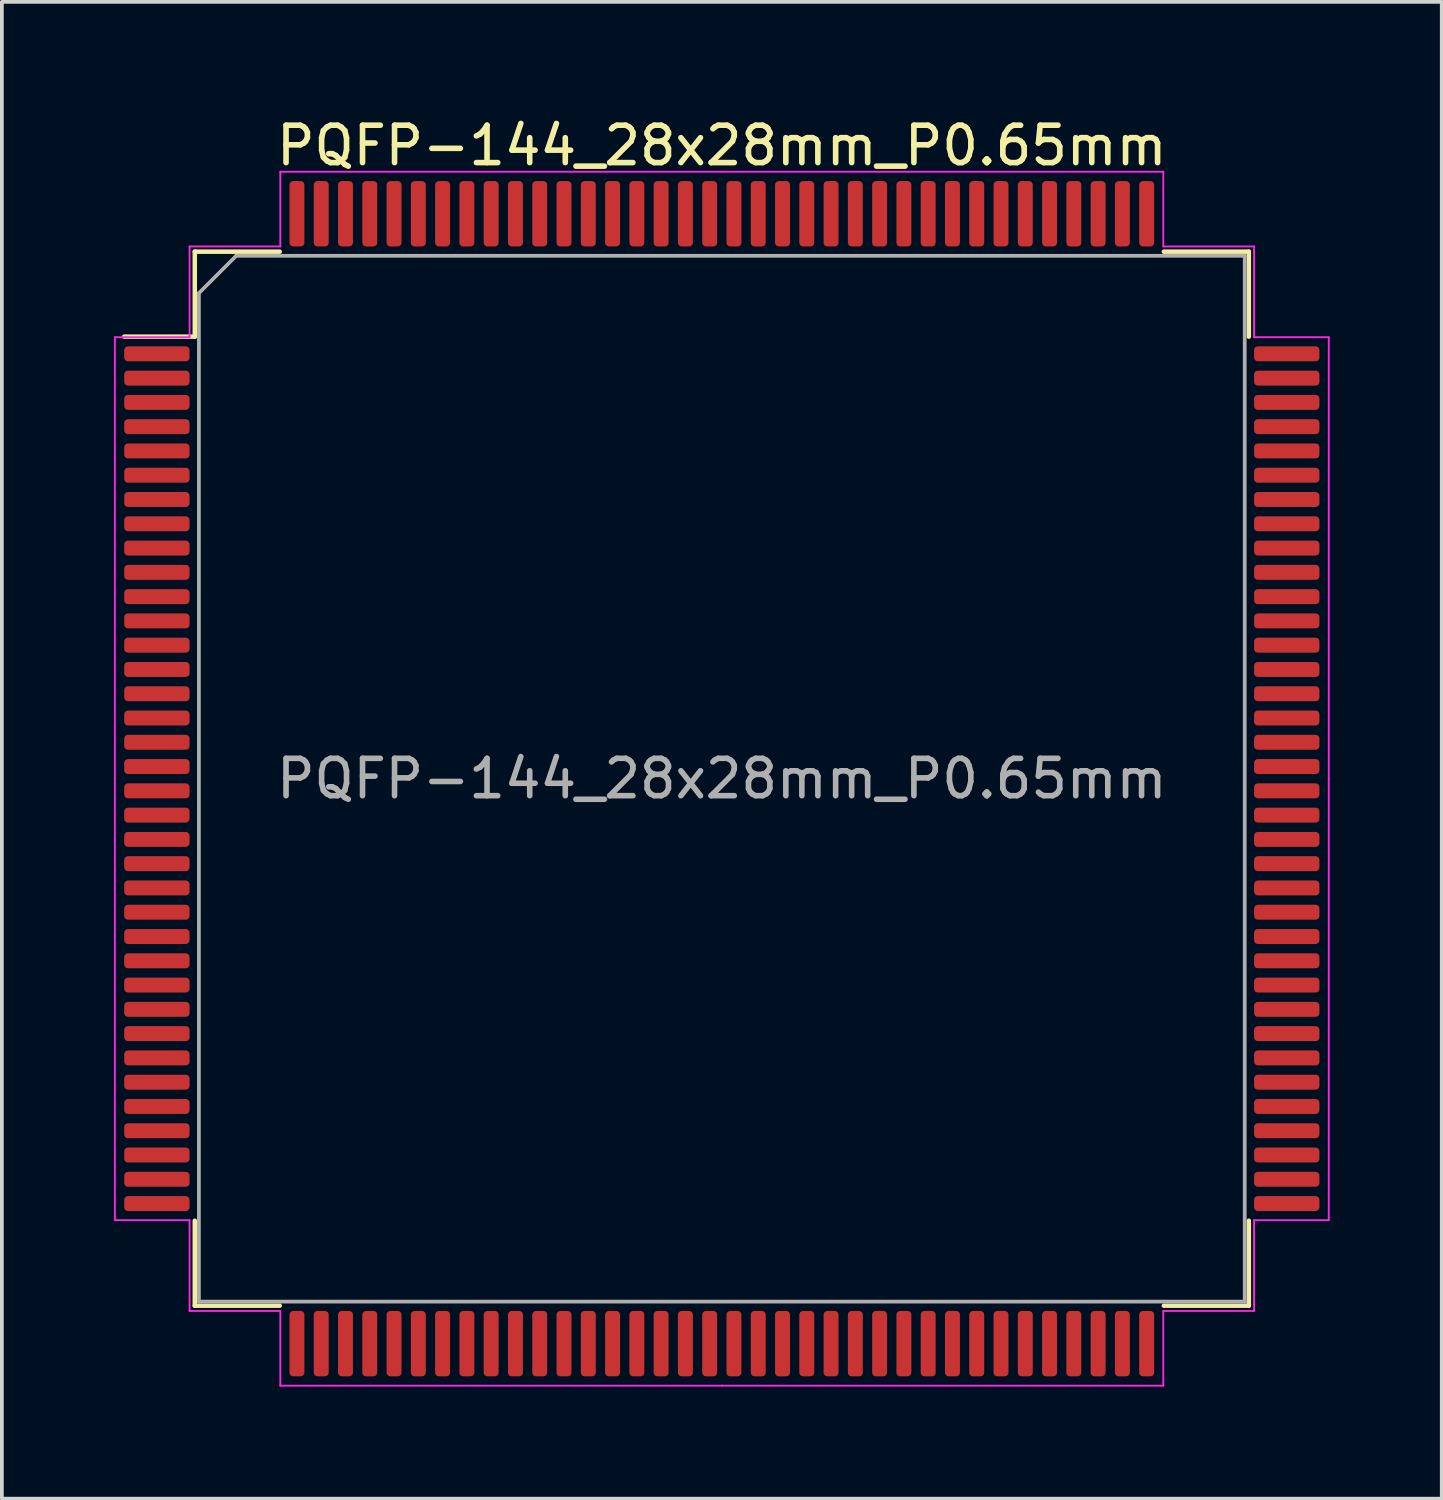
<source format=kicad_pcb>
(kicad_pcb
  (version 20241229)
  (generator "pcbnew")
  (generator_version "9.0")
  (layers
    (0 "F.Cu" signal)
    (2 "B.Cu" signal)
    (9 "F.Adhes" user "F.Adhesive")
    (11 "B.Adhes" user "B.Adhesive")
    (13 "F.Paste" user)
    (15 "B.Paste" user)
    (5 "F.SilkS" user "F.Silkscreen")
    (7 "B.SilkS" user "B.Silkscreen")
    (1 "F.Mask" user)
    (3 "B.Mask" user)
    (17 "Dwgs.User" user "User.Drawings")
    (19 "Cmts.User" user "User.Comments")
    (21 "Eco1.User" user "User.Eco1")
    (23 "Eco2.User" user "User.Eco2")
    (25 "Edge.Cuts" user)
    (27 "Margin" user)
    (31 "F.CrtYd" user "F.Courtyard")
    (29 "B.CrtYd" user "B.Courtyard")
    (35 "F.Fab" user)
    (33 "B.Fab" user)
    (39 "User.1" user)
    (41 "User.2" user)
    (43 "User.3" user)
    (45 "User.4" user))
  (footprint "PQFP-144_28x28mm_P0.65mm"
    (layer "F.Cu")
    (at 16.275 17.798)
    (property "Reference" "PQFP-144_28x28mm_P0.65mm" (at 0 -16.95 0) (layer "F.SilkS") (effects (font (size 1 1) (thickness 0.15))))
    (attr smd)
    (fp_line (start -14.11 -14.11) (end -14.11 -11.835) (stroke (width 0.12) (type solid)) (layer "F.SilkS"))
    (fp_line (start -14.11 -11.835) (end -16 -11.835) (stroke (width 0.12) (type solid)) (layer "F.SilkS"))
    (fp_line (start -14.11 14.11) (end -14.11 11.835) (stroke (width 0.12) (type solid)) (layer "F.SilkS"))
    (fp_line (start -11.835 -14.11) (end -14.11 -14.11) (stroke (width 0.12) (type solid)) (layer "F.SilkS"))
    (fp_line (start -11.835 14.11) (end -14.11 14.11) (stroke (width 0.12) (type solid)) (layer "F.SilkS"))
    (fp_line (start 11.835 -14.11) (end 14.11 -14.11) (stroke (width 0.12) (type solid)) (layer "F.SilkS"))
    (fp_line (start 11.835 14.11) (end 14.11 14.11) (stroke (width 0.12) (type solid)) (layer "F.SilkS"))
    (fp_line (start 14.11 -14.11) (end 14.11 -11.835) (stroke (width 0.12) (type solid)) (layer "F.SilkS"))
    (fp_line (start 14.11 14.11) (end 14.11 11.835) (stroke (width 0.12) (type solid)) (layer "F.SilkS"))
    (fp_line (start -16.25 -11.82) (end -16.25 0) (stroke (width 0.05) (type solid)) (layer "F.CrtYd"))
    (fp_line (start -16.25 11.82) (end -16.25 0) (stroke (width 0.05) (type solid)) (layer "F.CrtYd"))
    (fp_line (start -14.25 -14.25) (end -14.25 -11.82) (stroke (width 0.05) (type solid)) (layer "F.CrtYd"))
    (fp_line (start -14.25 -11.82) (end -16.25 -11.82) (stroke (width 0.05) (type solid)) (layer "F.CrtYd"))
    (fp_line (start -14.25 11.82) (end -16.25 11.82) (stroke (width 0.05) (type solid)) (layer "F.CrtYd"))
    (fp_line (start -14.25 14.25) (end -14.25 11.82) (stroke (width 0.05) (type solid)) (layer "F.CrtYd"))
    (fp_line (start -11.82 -16.25) (end -11.82 -14.25) (stroke (width 0.05) (type solid)) (layer "F.CrtYd"))
    (fp_line (start -11.82 -14.25) (end -14.25 -14.25) (stroke (width 0.05) (type solid)) (layer "F.CrtYd"))
    (fp_line (start -11.82 14.25) (end -14.25 14.25) (stroke (width 0.05) (type solid)) (layer "F.CrtYd"))
    (fp_line (start -11.82 16.25) (end -11.82 14.25) (stroke (width 0.05) (type solid)) (layer "F.CrtYd"))
    (fp_line (start 0 -16.25) (end -11.82 -16.25) (stroke (width 0.05) (type solid)) (layer "F.CrtYd"))
    (fp_line (start 0 -16.25) (end 11.82 -16.25) (stroke (width 0.05) (type solid)) (layer "F.CrtYd"))
    (fp_line (start 0 16.25) (end -11.82 16.25) (stroke (width 0.05) (type solid)) (layer "F.CrtYd"))
    (fp_line (start 0 16.25) (end 11.82 16.25) (stroke (width 0.05) (type solid)) (layer "F.CrtYd"))
    (fp_line (start 11.82 -16.25) (end 11.82 -14.25) (stroke (width 0.05) (type solid)) (layer "F.CrtYd"))
    (fp_line (start 11.82 -14.25) (end 14.25 -14.25) (stroke (width 0.05) (type solid)) (layer "F.CrtYd"))
    (fp_line (start 11.82 14.25) (end 14.25 14.25) (stroke (width 0.05) (type solid)) (layer "F.CrtYd"))
    (fp_line (start 11.82 16.25) (end 11.82 14.25) (stroke (width 0.05) (type solid)) (layer "F.CrtYd"))
    (fp_line (start 14.25 -14.25) (end 14.25 -11.82) (stroke (width 0.05) (type solid)) (layer "F.CrtYd"))
    (fp_line (start 14.25 -11.82) (end 16.25 -11.82) (stroke (width 0.05) (type solid)) (layer "F.CrtYd"))
    (fp_line (start 14.25 11.82) (end 16.25 11.82) (stroke (width 0.05) (type solid)) (layer "F.CrtYd"))
    (fp_line (start 14.25 14.25) (end 14.25 11.82) (stroke (width 0.05) (type solid)) (layer "F.CrtYd"))
    (fp_line (start 16.25 -11.82) (end 16.25 0) (stroke (width 0.05) (type solid)) (layer "F.CrtYd"))
    (fp_line (start 16.25 11.82) (end 16.25 0) (stroke (width 0.05) (type solid)) (layer "F.CrtYd"))
    (fp_line (start -14 -13) (end -13 -14) (stroke (width 0.1) (type solid)) (layer "F.Fab"))
    (fp_line (start -14 14) (end -14 -13) (stroke (width 0.1) (type solid)) (layer "F.Fab"))
    (fp_line (start -13 -14) (end 14 -14) (stroke (width 0.1) (type solid)) (layer "F.Fab"))
    (fp_line (start 14 -14) (end 14 14) (stroke (width 0.1) (type solid)) (layer "F.Fab"))
    (fp_line (start 14 14) (end -14 14) (stroke (width 0.1) (type solid)) (layer "F.Fab"))
    (fp_text user "${REFERENCE}" (at 0 0 0) (layer "F.Fab") (effects (font (size 1 1) (thickness 0.15))))
    (pad "1" smd roundrect (at -15.125 -11.375) (size 1.75 0.4) (layers "F.Cu" "F.Mask" "F.Paste") (roundrect_rratio 0.25))
    (pad "2" smd roundrect (at -15.125 -10.725) (size 1.75 0.4) (layers "F.Cu" "F.Mask" "F.Paste") (roundrect_rratio 0.25))
    (pad "3" smd roundrect (at -15.125 -10.075) (size 1.75 0.4) (layers "F.Cu" "F.Mask" "F.Paste") (roundrect_rratio 0.25))
    (pad "4" smd roundrect (at -15.125 -9.425) (size 1.75 0.4) (layers "F.Cu" "F.Mask" "F.Paste") (roundrect_rratio 0.25))
    (pad "5" smd roundrect (at -15.125 -8.775) (size 1.75 0.4) (layers "F.Cu" "F.Mask" "F.Paste") (roundrect_rratio 0.25))
    (pad "6" smd roundrect (at -15.125 -8.125) (size 1.75 0.4) (layers "F.Cu" "F.Mask" "F.Paste") (roundrect_rratio 0.25))
    (pad "7" smd roundrect (at -15.125 -7.475) (size 1.75 0.4) (layers "F.Cu" "F.Mask" "F.Paste") (roundrect_rratio 0.25))
    (pad "8" smd roundrect (at -15.125 -6.825) (size 1.75 0.4) (layers "F.Cu" "F.Mask" "F.Paste") (roundrect_rratio 0.25))
    (pad "9" smd roundrect (at -15.125 -6.175) (size 1.75 0.4) (layers "F.Cu" "F.Mask" "F.Paste") (roundrect_rratio 0.25))
    (pad "10" smd roundrect (at -15.125 -5.525) (size 1.75 0.4) (layers "F.Cu" "F.Mask" "F.Paste") (roundrect_rratio 0.25))
    (pad "11" smd roundrect (at -15.125 -4.875) (size 1.75 0.4) (layers "F.Cu" "F.Mask" "F.Paste") (roundrect_rratio 0.25))
    (pad "12" smd roundrect (at -15.125 -4.225) (size 1.75 0.4) (layers "F.Cu" "F.Mask" "F.Paste") (roundrect_rratio 0.25))
    (pad "13" smd roundrect (at -15.125 -3.575) (size 1.75 0.4) (layers "F.Cu" "F.Mask" "F.Paste") (roundrect_rratio 0.25))
    (pad "14" smd roundrect (at -15.125 -2.925) (size 1.75 0.4) (layers "F.Cu" "F.Mask" "F.Paste") (roundrect_rratio 0.25))
    (pad "15" smd roundrect (at -15.125 -2.275) (size 1.75 0.4) (layers "F.Cu" "F.Mask" "F.Paste") (roundrect_rratio 0.25))
    (pad "16" smd roundrect (at -15.125 -1.625) (size 1.75 0.4) (layers "F.Cu" "F.Mask" "F.Paste") (roundrect_rratio 0.25))
    (pad "17" smd roundrect (at -15.125 -0.975) (size 1.75 0.4) (layers "F.Cu" "F.Mask" "F.Paste") (roundrect_rratio 0.25))
    (pad "18" smd roundrect (at -15.125 -0.325) (size 1.75 0.4) (layers "F.Cu" "F.Mask" "F.Paste") (roundrect_rratio 0.25))
    (pad "19" smd roundrect (at -15.125 0.325) (size 1.75 0.4) (layers "F.Cu" "F.Mask" "F.Paste") (roundrect_rratio 0.25))
    (pad "20" smd roundrect (at -15.125 0.975) (size 1.75 0.4) (layers "F.Cu" "F.Mask" "F.Paste") (roundrect_rratio 0.25))
    (pad "21" smd roundrect (at -15.125 1.625) (size 1.75 0.4) (layers "F.Cu" "F.Mask" "F.Paste") (roundrect_rratio 0.25))
    (pad "22" smd roundrect (at -15.125 2.275) (size 1.75 0.4) (layers "F.Cu" "F.Mask" "F.Paste") (roundrect_rratio 0.25))
    (pad "23" smd roundrect (at -15.125 2.925) (size 1.75 0.4) (layers "F.Cu" "F.Mask" "F.Paste") (roundrect_rratio 0.25))
    (pad "24" smd roundrect (at -15.125 3.575) (size 1.75 0.4) (layers "F.Cu" "F.Mask" "F.Paste") (roundrect_rratio 0.25))
    (pad "25" smd roundrect (at -15.125 4.225) (size 1.75 0.4) (layers "F.Cu" "F.Mask" "F.Paste") (roundrect_rratio 0.25))
    (pad "26" smd roundrect (at -15.125 4.875) (size 1.75 0.4) (layers "F.Cu" "F.Mask" "F.Paste") (roundrect_rratio 0.25))
    (pad "27" smd roundrect (at -15.125 5.525) (size 1.75 0.4) (layers "F.Cu" "F.Mask" "F.Paste") (roundrect_rratio 0.25))
    (pad "28" smd roundrect (at -15.125 6.175) (size 1.75 0.4) (layers "F.Cu" "F.Mask" "F.Paste") (roundrect_rratio 0.25))
    (pad "29" smd roundrect (at -15.125 6.825) (size 1.75 0.4) (layers "F.Cu" "F.Mask" "F.Paste") (roundrect_rratio 0.25))
    (pad "30" smd roundrect (at -15.125 7.475) (size 1.75 0.4) (layers "F.Cu" "F.Mask" "F.Paste") (roundrect_rratio 0.25))
    (pad "31" smd roundrect (at -15.125 8.125) (size 1.75 0.4) (layers "F.Cu" "F.Mask" "F.Paste") (roundrect_rratio 0.25))
    (pad "32" smd roundrect (at -15.125 8.775) (size 1.75 0.4) (layers "F.Cu" "F.Mask" "F.Paste") (roundrect_rratio 0.25))
    (pad "33" smd roundrect (at -15.125 9.425) (size 1.75 0.4) (layers "F.Cu" "F.Mask" "F.Paste") (roundrect_rratio 0.25))
    (pad "34" smd roundrect (at -15.125 10.075) (size 1.75 0.4) (layers "F.Cu" "F.Mask" "F.Paste") (roundrect_rratio 0.25))
    (pad "35" smd roundrect (at -15.125 10.725) (size 1.75 0.4) (layers "F.Cu" "F.Mask" "F.Paste") (roundrect_rratio 0.25))
    (pad "36" smd roundrect (at -15.125 11.375) (size 1.75 0.4) (layers "F.Cu" "F.Mask" "F.Paste") (roundrect_rratio 0.25))
    (pad "37" smd roundrect (at -11.375 15.125) (size 0.4 1.75) (layers "F.Cu" "F.Mask" "F.Paste") (roundrect_rratio 0.25))
    (pad "38" smd roundrect (at -10.725 15.125) (size 0.4 1.75) (layers "F.Cu" "F.Mask" "F.Paste") (roundrect_rratio 0.25))
    (pad "39" smd roundrect (at -10.075 15.125) (size 0.4 1.75) (layers "F.Cu" "F.Mask" "F.Paste") (roundrect_rratio 0.25))
    (pad "40" smd roundrect (at -9.425 15.125) (size 0.4 1.75) (layers "F.Cu" "F.Mask" "F.Paste") (roundrect_rratio 0.25))
    (pad "41" smd roundrect (at -8.775 15.125) (size 0.4 1.75) (layers "F.Cu" "F.Mask" "F.Paste") (roundrect_rratio 0.25))
    (pad "42" smd roundrect (at -8.125 15.125) (size 0.4 1.75) (layers "F.Cu" "F.Mask" "F.Paste") (roundrect_rratio 0.25))
    (pad "43" smd roundrect (at -7.475 15.125) (size 0.4 1.75) (layers "F.Cu" "F.Mask" "F.Paste") (roundrect_rratio 0.25))
    (pad "44" smd roundrect (at -6.825 15.125) (size 0.4 1.75) (layers "F.Cu" "F.Mask" "F.Paste") (roundrect_rratio 0.25))
    (pad "45" smd roundrect (at -6.175 15.125) (size 0.4 1.75) (layers "F.Cu" "F.Mask" "F.Paste") (roundrect_rratio 0.25))
    (pad "46" smd roundrect (at -5.525 15.125) (size 0.4 1.75) (layers "F.Cu" "F.Mask" "F.Paste") (roundrect_rratio 0.25))
    (pad "47" smd roundrect (at -4.875 15.125) (size 0.4 1.75) (layers "F.Cu" "F.Mask" "F.Paste") (roundrect_rratio 0.25))
    (pad "48" smd roundrect (at -4.225 15.125) (size 0.4 1.75) (layers "F.Cu" "F.Mask" "F.Paste") (roundrect_rratio 0.25))
    (pad "49" smd roundrect (at -3.575 15.125) (size 0.4 1.75) (layers "F.Cu" "F.Mask" "F.Paste") (roundrect_rratio 0.25))
    (pad "50" smd roundrect (at -2.925 15.125) (size 0.4 1.75) (layers "F.Cu" "F.Mask" "F.Paste") (roundrect_rratio 0.25))
    (pad "51" smd roundrect (at -2.275 15.125) (size 0.4 1.75) (layers "F.Cu" "F.Mask" "F.Paste") (roundrect_rratio 0.25))
    (pad "52" smd roundrect (at -1.625 15.125) (size 0.4 1.75) (layers "F.Cu" "F.Mask" "F.Paste") (roundrect_rratio 0.25))
    (pad "53" smd roundrect (at -0.975 15.125) (size 0.4 1.75) (layers "F.Cu" "F.Mask" "F.Paste") (roundrect_rratio 0.25))
    (pad "54" smd roundrect (at -0.325 15.125) (size 0.4 1.75) (layers "F.Cu" "F.Mask" "F.Paste") (roundrect_rratio 0.25))
    (pad "55" smd roundrect (at 0.325 15.125) (size 0.4 1.75) (layers "F.Cu" "F.Mask" "F.Paste") (roundrect_rratio 0.25))
    (pad "56" smd roundrect (at 0.975 15.125) (size 0.4 1.75) (layers "F.Cu" "F.Mask" "F.Paste") (roundrect_rratio 0.25))
    (pad "57" smd roundrect (at 1.625 15.125) (size 0.4 1.75) (layers "F.Cu" "F.Mask" "F.Paste") (roundrect_rratio 0.25))
    (pad "58" smd roundrect (at 2.275 15.125) (size 0.4 1.75) (layers "F.Cu" "F.Mask" "F.Paste") (roundrect_rratio 0.25))
    (pad "59" smd roundrect (at 2.925 15.125) (size 0.4 1.75) (layers "F.Cu" "F.Mask" "F.Paste") (roundrect_rratio 0.25))
    (pad "60" smd roundrect (at 3.575 15.125) (size 0.4 1.75) (layers "F.Cu" "F.Mask" "F.Paste") (roundrect_rratio 0.25))
    (pad "61" smd roundrect (at 4.225 15.125) (size 0.4 1.75) (layers "F.Cu" "F.Mask" "F.Paste") (roundrect_rratio 0.25))
    (pad "62" smd roundrect (at 4.875 15.125) (size 0.4 1.75) (layers "F.Cu" "F.Mask" "F.Paste") (roundrect_rratio 0.25))
    (pad "63" smd roundrect (at 5.525 15.125) (size 0.4 1.75) (layers "F.Cu" "F.Mask" "F.Paste") (roundrect_rratio 0.25))
    (pad "64" smd roundrect (at 6.175 15.125) (size 0.4 1.75) (layers "F.Cu" "F.Mask" "F.Paste") (roundrect_rratio 0.25))
    (pad "65" smd roundrect (at 6.825 15.125) (size 0.4 1.75) (layers "F.Cu" "F.Mask" "F.Paste") (roundrect_rratio 0.25))
    (pad "66" smd roundrect (at 7.475 15.125) (size 0.4 1.75) (layers "F.Cu" "F.Mask" "F.Paste") (roundrect_rratio 0.25))
    (pad "67" smd roundrect (at 8.125 15.125) (size 0.4 1.75) (layers "F.Cu" "F.Mask" "F.Paste") (roundrect_rratio 0.25))
    (pad "68" smd roundrect (at 8.775 15.125) (size 0.4 1.75) (layers "F.Cu" "F.Mask" "F.Paste") (roundrect_rratio 0.25))
    (pad "69" smd roundrect (at 9.425 15.125) (size 0.4 1.75) (layers "F.Cu" "F.Mask" "F.Paste") (roundrect_rratio 0.25))
    (pad "70" smd roundrect (at 10.075 15.125) (size 0.4 1.75) (layers "F.Cu" "F.Mask" "F.Paste") (roundrect_rratio 0.25))
    (pad "71" smd roundrect (at 10.725 15.125) (size 0.4 1.75) (layers "F.Cu" "F.Mask" "F.Paste") (roundrect_rratio 0.25))
    (pad "72" smd roundrect (at 11.375 15.125) (size 0.4 1.75) (layers "F.Cu" "F.Mask" "F.Paste") (roundrect_rratio 0.25))
    (pad "73" smd roundrect (at 15.125 11.375) (size 1.75 0.4) (layers "F.Cu" "F.Mask" "F.Paste") (roundrect_rratio 0.25))
    (pad "74" smd roundrect (at 15.125 10.725) (size 1.75 0.4) (layers "F.Cu" "F.Mask" "F.Paste") (roundrect_rratio 0.25))
    (pad "75" smd roundrect (at 15.125 10.075) (size 1.75 0.4) (layers "F.Cu" "F.Mask" "F.Paste") (roundrect_rratio 0.25))
    (pad "76" smd roundrect (at 15.125 9.425) (size 1.75 0.4) (layers "F.Cu" "F.Mask" "F.Paste") (roundrect_rratio 0.25))
    (pad "77" smd roundrect (at 15.125 8.775) (size 1.75 0.4) (layers "F.Cu" "F.Mask" "F.Paste") (roundrect_rratio 0.25))
    (pad "78" smd roundrect (at 15.125 8.125) (size 1.75 0.4) (layers "F.Cu" "F.Mask" "F.Paste") (roundrect_rratio 0.25))
    (pad "79" smd roundrect (at 15.125 7.475) (size 1.75 0.4) (layers "F.Cu" "F.Mask" "F.Paste") (roundrect_rratio 0.25))
    (pad "80" smd roundrect (at 15.125 6.825) (size 1.75 0.4) (layers "F.Cu" "F.Mask" "F.Paste") (roundrect_rratio 0.25))
    (pad "81" smd roundrect (at 15.125 6.175) (size 1.75 0.4) (layers "F.Cu" "F.Mask" "F.Paste") (roundrect_rratio 0.25))
    (pad "82" smd roundrect (at 15.125 5.525) (size 1.75 0.4) (layers "F.Cu" "F.Mask" "F.Paste") (roundrect_rratio 0.25))
    (pad "83" smd roundrect (at 15.125 4.875) (size 1.75 0.4) (layers "F.Cu" "F.Mask" "F.Paste") (roundrect_rratio 0.25))
    (pad "84" smd roundrect (at 15.125 4.225) (size 1.75 0.4) (layers "F.Cu" "F.Mask" "F.Paste") (roundrect_rratio 0.25))
    (pad "85" smd roundrect (at 15.125 3.575) (size 1.75 0.4) (layers "F.Cu" "F.Mask" "F.Paste") (roundrect_rratio 0.25))
    (pad "86" smd roundrect (at 15.125 2.925) (size 1.75 0.4) (layers "F.Cu" "F.Mask" "F.Paste") (roundrect_rratio 0.25))
    (pad "87" smd roundrect (at 15.125 2.275) (size 1.75 0.4) (layers "F.Cu" "F.Mask" "F.Paste") (roundrect_rratio 0.25))
    (pad "88" smd roundrect (at 15.125 1.625) (size 1.75 0.4) (layers "F.Cu" "F.Mask" "F.Paste") (roundrect_rratio 0.25))
    (pad "89" smd roundrect (at 15.125 0.975) (size 1.75 0.4) (layers "F.Cu" "F.Mask" "F.Paste") (roundrect_rratio 0.25))
    (pad "90" smd roundrect (at 15.125 0.325) (size 1.75 0.4) (layers "F.Cu" "F.Mask" "F.Paste") (roundrect_rratio 0.25))
    (pad "91" smd roundrect (at 15.125 -0.325) (size 1.75 0.4) (layers "F.Cu" "F.Mask" "F.Paste") (roundrect_rratio 0.25))
    (pad "92" smd roundrect (at 15.125 -0.975) (size 1.75 0.4) (layers "F.Cu" "F.Mask" "F.Paste") (roundrect_rratio 0.25))
    (pad "93" smd roundrect (at 15.125 -1.625) (size 1.75 0.4) (layers "F.Cu" "F.Mask" "F.Paste") (roundrect_rratio 0.25))
    (pad "94" smd roundrect (at 15.125 -2.275) (size 1.75 0.4) (layers "F.Cu" "F.Mask" "F.Paste") (roundrect_rratio 0.25))
    (pad "95" smd roundrect (at 15.125 -2.925) (size 1.75 0.4) (layers "F.Cu" "F.Mask" "F.Paste") (roundrect_rratio 0.25))
    (pad "96" smd roundrect (at 15.125 -3.575) (size 1.75 0.4) (layers "F.Cu" "F.Mask" "F.Paste") (roundrect_rratio 0.25))
    (pad "97" smd roundrect (at 15.125 -4.225) (size 1.75 0.4) (layers "F.Cu" "F.Mask" "F.Paste") (roundrect_rratio 0.25))
    (pad "98" smd roundrect (at 15.125 -4.875) (size 1.75 0.4) (layers "F.Cu" "F.Mask" "F.Paste") (roundrect_rratio 0.25))
    (pad "99" smd roundrect (at 15.125 -5.525) (size 1.75 0.4) (layers "F.Cu" "F.Mask" "F.Paste") (roundrect_rratio 0.25))
    (pad "100" smd roundrect (at 15.125 -6.175) (size 1.75 0.4) (layers "F.Cu" "F.Mask" "F.Paste") (roundrect_rratio 0.25))
    (pad "101" smd roundrect (at 15.125 -6.825) (size 1.75 0.4) (layers "F.Cu" "F.Mask" "F.Paste") (roundrect_rratio 0.25))
    (pad "102" smd roundrect (at 15.125 -7.475) (size 1.75 0.4) (layers "F.Cu" "F.Mask" "F.Paste") (roundrect_rratio 0.25))
    (pad "103" smd roundrect (at 15.125 -8.125) (size 1.75 0.4) (layers "F.Cu" "F.Mask" "F.Paste") (roundrect_rratio 0.25))
    (pad "104" smd roundrect (at 15.125 -8.775) (size 1.75 0.4) (layers "F.Cu" "F.Mask" "F.Paste") (roundrect_rratio 0.25))
    (pad "105" smd roundrect (at 15.125 -9.425) (size 1.75 0.4) (layers "F.Cu" "F.Mask" "F.Paste") (roundrect_rratio 0.25))
    (pad "106" smd roundrect (at 15.125 -10.075) (size 1.75 0.4) (layers "F.Cu" "F.Mask" "F.Paste") (roundrect_rratio 0.25))
    (pad "107" smd roundrect (at 15.125 -10.725) (size 1.75 0.4) (layers "F.Cu" "F.Mask" "F.Paste") (roundrect_rratio 0.25))
    (pad "108" smd roundrect (at 15.125 -11.375) (size 1.75 0.4) (layers "F.Cu" "F.Mask" "F.Paste") (roundrect_rratio 0.25))
    (pad "109" smd roundrect (at 11.375 -15.125) (size 0.4 1.75) (layers "F.Cu" "F.Mask" "F.Paste") (roundrect_rratio 0.25))
    (pad "110" smd roundrect (at 10.725 -15.125) (size 0.4 1.75) (layers "F.Cu" "F.Mask" "F.Paste") (roundrect_rratio 0.25))
    (pad "111" smd roundrect (at 10.075 -15.125) (size 0.4 1.75) (layers "F.Cu" "F.Mask" "F.Paste") (roundrect_rratio 0.25))
    (pad "112" smd roundrect (at 9.425 -15.125) (size 0.4 1.75) (layers "F.Cu" "F.Mask" "F.Paste") (roundrect_rratio 0.25))
    (pad "113" smd roundrect (at 8.775 -15.125) (size 0.4 1.75) (layers "F.Cu" "F.Mask" "F.Paste") (roundrect_rratio 0.25))
    (pad "114" smd roundrect (at 8.125 -15.125) (size 0.4 1.75) (layers "F.Cu" "F.Mask" "F.Paste") (roundrect_rratio 0.25))
    (pad "115" smd roundrect (at 7.475 -15.125) (size 0.4 1.75) (layers "F.Cu" "F.Mask" "F.Paste") (roundrect_rratio 0.25))
    (pad "116" smd roundrect (at 6.825 -15.125) (size 0.4 1.75) (layers "F.Cu" "F.Mask" "F.Paste") (roundrect_rratio 0.25))
    (pad "117" smd roundrect (at 6.175 -15.125) (size 0.4 1.75) (layers "F.Cu" "F.Mask" "F.Paste") (roundrect_rratio 0.25))
    (pad "118" smd roundrect (at 5.525 -15.125) (size 0.4 1.75) (layers "F.Cu" "F.Mask" "F.Paste") (roundrect_rratio 0.25))
    (pad "119" smd roundrect (at 4.875 -15.125) (size 0.4 1.75) (layers "F.Cu" "F.Mask" "F.Paste") (roundrect_rratio 0.25))
    (pad "120" smd roundrect (at 4.225 -15.125) (size 0.4 1.75) (layers "F.Cu" "F.Mask" "F.Paste") (roundrect_rratio 0.25))
    (pad "121" smd roundrect (at 3.575 -15.125) (size 0.4 1.75) (layers "F.Cu" "F.Mask" "F.Paste") (roundrect_rratio 0.25))
    (pad "122" smd roundrect (at 2.925 -15.125) (size 0.4 1.75) (layers "F.Cu" "F.Mask" "F.Paste") (roundrect_rratio 0.25))
    (pad "123" smd roundrect (at 2.275 -15.125) (size 0.4 1.75) (layers "F.Cu" "F.Mask" "F.Paste") (roundrect_rratio 0.25))
    (pad "124" smd roundrect (at 1.625 -15.125) (size 0.4 1.75) (layers "F.Cu" "F.Mask" "F.Paste") (roundrect_rratio 0.25))
    (pad "125" smd roundrect (at 0.975 -15.125) (size 0.4 1.75) (layers "F.Cu" "F.Mask" "F.Paste") (roundrect_rratio 0.25))
    (pad "126" smd roundrect (at 0.325 -15.125) (size 0.4 1.75) (layers "F.Cu" "F.Mask" "F.Paste") (roundrect_rratio 0.25))
    (pad "127" smd roundrect (at -0.325 -15.125) (size 0.4 1.75) (layers "F.Cu" "F.Mask" "F.Paste") (roundrect_rratio 0.25))
    (pad "128" smd roundrect (at -0.975 -15.125) (size 0.4 1.75) (layers "F.Cu" "F.Mask" "F.Paste") (roundrect_rratio 0.25))
    (pad "129" smd roundrect (at -1.625 -15.125) (size 0.4 1.75) (layers "F.Cu" "F.Mask" "F.Paste") (roundrect_rratio 0.25))
    (pad "130" smd roundrect (at -2.275 -15.125) (size 0.4 1.75) (layers "F.Cu" "F.Mask" "F.Paste") (roundrect_rratio 0.25))
    (pad "131" smd roundrect (at -2.925 -15.125) (size 0.4 1.75) (layers "F.Cu" "F.Mask" "F.Paste") (roundrect_rratio 0.25))
    (pad "132" smd roundrect (at -3.575 -15.125) (size 0.4 1.75) (layers "F.Cu" "F.Mask" "F.Paste") (roundrect_rratio 0.25))
    (pad "133" smd roundrect (at -4.225 -15.125) (size 0.4 1.75) (layers "F.Cu" "F.Mask" "F.Paste") (roundrect_rratio 0.25))
    (pad "134" smd roundrect (at -4.875 -15.125) (size 0.4 1.75) (layers "F.Cu" "F.Mask" "F.Paste") (roundrect_rratio 0.25))
    (pad "135" smd roundrect (at -5.525 -15.125) (size 0.4 1.75) (layers "F.Cu" "F.Mask" "F.Paste") (roundrect_rratio 0.25))
    (pad "136" smd roundrect (at -6.175 -15.125) (size 0.4 1.75) (layers "F.Cu" "F.Mask" "F.Paste") (roundrect_rratio 0.25))
    (pad "137" smd roundrect (at -6.825 -15.125) (size 0.4 1.75) (layers "F.Cu" "F.Mask" "F.Paste") (roundrect_rratio 0.25))
    (pad "138" smd roundrect (at -7.475 -15.125) (size 0.4 1.75) (layers "F.Cu" "F.Mask" "F.Paste") (roundrect_rratio 0.25))
    (pad "139" smd roundrect (at -8.125 -15.125) (size 0.4 1.75) (layers "F.Cu" "F.Mask" "F.Paste") (roundrect_rratio 0.25))
    (pad "140" smd roundrect (at -8.775 -15.125) (size 0.4 1.75) (layers "F.Cu" "F.Mask" "F.Paste") (roundrect_rratio 0.25))
    (pad "141" smd roundrect (at -9.425 -15.125) (size 0.4 1.75) (layers "F.Cu" "F.Mask" "F.Paste") (roundrect_rratio 0.25))
    (pad "142" smd roundrect (at -10.075 -15.125) (size 0.4 1.75) (layers "F.Cu" "F.Mask" "F.Paste") (roundrect_rratio 0.25))
    (pad "143" smd roundrect (at -10.725 -15.125) (size 0.4 1.75) (layers "F.Cu" "F.Mask" "F.Paste") (roundrect_rratio 0.25))
    (pad "144" smd roundrect (at -11.375 -15.125) (size 0.4 1.75) (layers "F.Cu" "F.Mask" "F.Paste") (roundrect_rratio 0.25)))
  (gr_rect
    (start -3 -3)
    (end 35.55 37.073)
    (stroke (width 0.1) (type default))
    (fill no)
    (layer "Edge.Cuts")))
</source>
